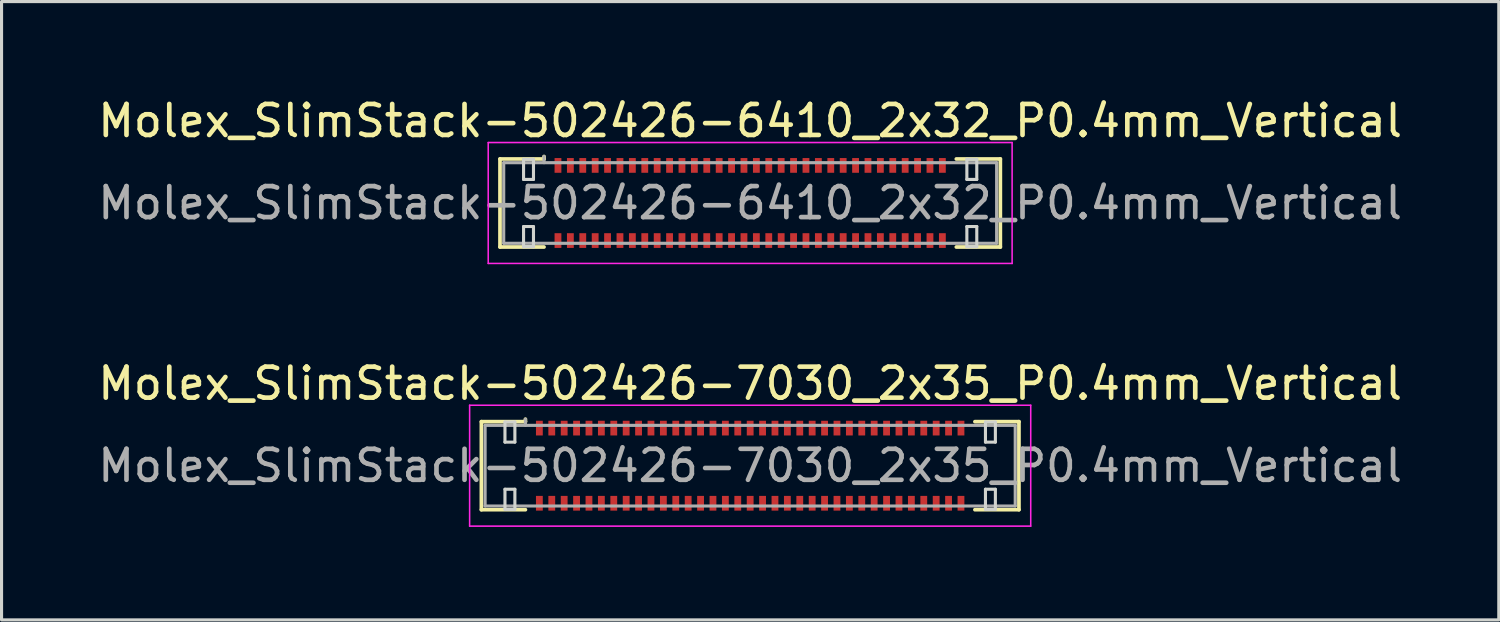
<source format=kicad_pcb>
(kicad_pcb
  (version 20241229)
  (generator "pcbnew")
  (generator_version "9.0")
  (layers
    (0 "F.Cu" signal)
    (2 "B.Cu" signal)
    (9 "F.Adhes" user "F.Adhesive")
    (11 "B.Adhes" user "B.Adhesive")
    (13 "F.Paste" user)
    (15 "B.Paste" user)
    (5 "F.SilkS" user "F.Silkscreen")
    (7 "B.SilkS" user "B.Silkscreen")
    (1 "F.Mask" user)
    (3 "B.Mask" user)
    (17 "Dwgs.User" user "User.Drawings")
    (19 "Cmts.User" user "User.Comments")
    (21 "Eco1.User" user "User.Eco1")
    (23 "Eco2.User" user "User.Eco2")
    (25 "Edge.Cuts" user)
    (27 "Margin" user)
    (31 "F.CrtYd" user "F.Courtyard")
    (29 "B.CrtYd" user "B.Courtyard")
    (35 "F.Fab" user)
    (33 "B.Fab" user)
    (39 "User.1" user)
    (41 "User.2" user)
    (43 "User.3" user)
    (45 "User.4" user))
  (footprint "Molex_SlimStack-502426-7030_2x35_P0.4mm_Vertical"
    (layer "F.Cu")
    (at 21.149 11.972)
    (property "Reference" "Molex_SlimStack-502426-7030_2x35_P0.4mm_Vertical" (at 0 -2.65 0) (layer "F.SilkS") (effects (font (size 1 1) (thickness 0.15))))
    (attr smd)
    (fp_line (start -8.67 -1.42) (end -7.25 -1.42) (stroke (width 0.12) (type solid)) (layer "F.SilkS"))
    (fp_line (start -8.67 1.42) (end -8.67 -1.42) (stroke (width 0.12) (type solid)) (layer "F.SilkS"))
    (fp_line (start -7.25 -1.42) (end -7.25 -1.5) (stroke (width 0.12) (type solid)) (layer "F.SilkS"))
    (fp_line (start -7.25 1.42) (end -8.67 1.42) (stroke (width 0.12) (type solid)) (layer "F.SilkS"))
    (fp_line (start 7.25 1.42) (end 8.67 1.42) (stroke (width 0.12) (type solid)) (layer "F.SilkS"))
    (fp_line (start 8.67 -1.42) (end 7.25 -1.42) (stroke (width 0.12) (type solid)) (layer "F.SilkS"))
    (fp_line (start 8.67 1.42) (end 8.67 -1.42) (stroke (width 0.12) (type solid)) (layer "F.SilkS"))
    (fp_line (start -7.91 -1.41) (end -7.91 -0.76) (stroke (width 0.1) (type solid)) (layer "Edge.Cuts"))
    (fp_line (start -7.91 -0.76) (end -7.59 -0.76) (stroke (width 0.1) (type solid)) (layer "Edge.Cuts"))
    (fp_line (start -7.91 0.76) (end -7.91 1.41) (stroke (width 0.1) (type solid)) (layer "Edge.Cuts"))
    (fp_line (start -7.91 1.41) (end -7.59 1.41) (stroke (width 0.1) (type solid)) (layer "Edge.Cuts"))
    (fp_line (start -7.59 -1.41) (end -7.91 -1.41) (stroke (width 0.1) (type solid)) (layer "Edge.Cuts"))
    (fp_line (start -7.59 -0.76) (end -7.59 -1.41) (stroke (width 0.1) (type solid)) (layer "Edge.Cuts"))
    (fp_line (start -7.59 0.76) (end -7.91 0.76) (stroke (width 0.1) (type solid)) (layer "Edge.Cuts"))
    (fp_line (start -7.59 1.41) (end -7.59 0.76) (stroke (width 0.1) (type solid)) (layer "Edge.Cuts"))
    (fp_line (start 7.59 -1.41) (end 7.59 -0.76) (stroke (width 0.1) (type solid)) (layer "Edge.Cuts"))
    (fp_line (start 7.59 -0.76) (end 7.91 -0.76) (stroke (width 0.1) (type solid)) (layer "Edge.Cuts"))
    (fp_line (start 7.59 0.76) (end 7.59 1.41) (stroke (width 0.1) (type solid)) (layer "Edge.Cuts"))
    (fp_line (start 7.59 1.41) (end 7.91 1.41) (stroke (width 0.1) (type solid)) (layer "Edge.Cuts"))
    (fp_line (start 7.91 -1.41) (end 7.59 -1.41) (stroke (width 0.1) (type solid)) (layer "Edge.Cuts"))
    (fp_line (start 7.91 -0.76) (end 7.91 -1.41) (stroke (width 0.1) (type solid)) (layer "Edge.Cuts"))
    (fp_line (start 7.91 0.76) (end 7.59 0.76) (stroke (width 0.1) (type solid)) (layer "Edge.Cuts"))
    (fp_line (start 7.91 1.41) (end 7.91 0.76) (stroke (width 0.1) (type solid)) (layer "Edge.Cuts"))
    (fp_line (start -9.05 -1.95) (end -9.05 1.95) (stroke (width 0.05) (type solid)) (layer "F.CrtYd"))
    (fp_line (start -9.05 1.95) (end 9.05 1.95) (stroke (width 0.05) (type solid)) (layer "F.CrtYd"))
    (fp_line (start 9.05 -1.95) (end -9.05 -1.95) (stroke (width 0.05) (type solid)) (layer "F.CrtYd"))
    (fp_line (start 9.05 1.95) (end 9.05 -1.95) (stroke (width 0.05) (type solid)) (layer "F.CrtYd"))
    (fp_line (start -8.55 -1.3) (end -8.55 1.3) (stroke (width 0.1) (type solid)) (layer "F.Fab"))
    (fp_line (start -8.55 1.3) (end 8.55 1.3) (stroke (width 0.1) (type solid)) (layer "F.Fab"))
    (fp_line (start -7.25 -1.3) (end -7.25 -1.5) (stroke (width 0.1) (type solid)) (layer "F.Fab"))
    (fp_line (start 8.55 -1.3) (end -8.55 -1.3) (stroke (width 0.1) (type solid)) (layer "F.Fab"))
    (fp_line (start 8.55 1.3) (end 8.55 -1.3) (stroke (width 0.1) (type solid)) (layer "F.Fab"))
    (fp_text user "${REFERENCE}" (at 0 0 0) (layer "F.Fab") (effects (font (size 1 1) (thickness 0.15))))
    (pad "1" smd rect (at 6.8 -1.212) (size 0.22 0.475) (layers "F.Cu" "F.Mask" "F.Paste"))
    (pad "2" smd rect (at 6.8 1.212) (size 0.22 0.475) (layers "F.Cu" "F.Mask" "F.Paste"))
    (pad "3" smd rect (at 6.4 -1.212) (size 0.22 0.475) (layers "F.Cu" "F.Mask" "F.Paste"))
    (pad "4" smd rect (at 6.4 1.212) (size 0.22 0.475) (layers "F.Cu" "F.Mask" "F.Paste"))
    (pad "5" smd rect (at 6 -1.212) (size 0.22 0.475) (layers "F.Cu" "F.Mask" "F.Paste"))
    (pad "6" smd rect (at 6 1.212) (size 0.22 0.475) (layers "F.Cu" "F.Mask" "F.Paste"))
    (pad "7" smd rect (at 5.6 -1.212) (size 0.22 0.475) (layers "F.Cu" "F.Mask" "F.Paste"))
    (pad "8" smd rect (at 5.6 1.212) (size 0.22 0.475) (layers "F.Cu" "F.Mask" "F.Paste"))
    (pad "9" smd rect (at 5.2 -1.212) (size 0.22 0.475) (layers "F.Cu" "F.Mask" "F.Paste"))
    (pad "10" smd rect (at 5.2 1.212) (size 0.22 0.475) (layers "F.Cu" "F.Mask" "F.Paste"))
    (pad "11" smd rect (at 4.8 -1.212) (size 0.22 0.475) (layers "F.Cu" "F.Mask" "F.Paste"))
    (pad "12" smd rect (at 4.8 1.212) (size 0.22 0.475) (layers "F.Cu" "F.Mask" "F.Paste"))
    (pad "13" smd rect (at 4.4 -1.212) (size 0.22 0.475) (layers "F.Cu" "F.Mask" "F.Paste"))
    (pad "14" smd rect (at 4.4 1.212) (size 0.22 0.475) (layers "F.Cu" "F.Mask" "F.Paste"))
    (pad "15" smd rect (at 4 -1.212) (size 0.22 0.475) (layers "F.Cu" "F.Mask" "F.Paste"))
    (pad "16" smd rect (at 4 1.212) (size 0.22 0.475) (layers "F.Cu" "F.Mask" "F.Paste"))
    (pad "17" smd rect (at 3.6 -1.212) (size 0.22 0.475) (layers "F.Cu" "F.Mask" "F.Paste"))
    (pad "18" smd rect (at 3.6 1.212) (size 0.22 0.475) (layers "F.Cu" "F.Mask" "F.Paste"))
    (pad "19" smd rect (at 3.2 -1.212) (size 0.22 0.475) (layers "F.Cu" "F.Mask" "F.Paste"))
    (pad "20" smd rect (at 3.2 1.212) (size 0.22 0.475) (layers "F.Cu" "F.Mask" "F.Paste"))
    (pad "21" smd rect (at 2.8 -1.212) (size 0.22 0.475) (layers "F.Cu" "F.Mask" "F.Paste"))
    (pad "22" smd rect (at 2.8 1.212) (size 0.22 0.475) (layers "F.Cu" "F.Mask" "F.Paste"))
    (pad "23" smd rect (at 2.4 -1.212) (size 0.22 0.475) (layers "F.Cu" "F.Mask" "F.Paste"))
    (pad "24" smd rect (at 2.4 1.212) (size 0.22 0.475) (layers "F.Cu" "F.Mask" "F.Paste"))
    (pad "25" smd rect (at 2 -1.212) (size 0.22 0.475) (layers "F.Cu" "F.Mask" "F.Paste"))
    (pad "26" smd rect (at 2 1.212) (size 0.22 0.475) (layers "F.Cu" "F.Mask" "F.Paste"))
    (pad "27" smd rect (at 1.6 -1.212) (size 0.22 0.475) (layers "F.Cu" "F.Mask" "F.Paste"))
    (pad "28" smd rect (at 1.6 1.212) (size 0.22 0.475) (layers "F.Cu" "F.Mask" "F.Paste"))
    (pad "29" smd rect (at 1.2 -1.212) (size 0.22 0.475) (layers "F.Cu" "F.Mask" "F.Paste"))
    (pad "30" smd rect (at 1.2 1.212) (size 0.22 0.475) (layers "F.Cu" "F.Mask" "F.Paste"))
    (pad "31" smd rect (at 0.8 -1.212) (size 0.22 0.475) (layers "F.Cu" "F.Mask" "F.Paste"))
    (pad "32" smd rect (at 0.8 1.212) (size 0.22 0.475) (layers "F.Cu" "F.Mask" "F.Paste"))
    (pad "33" smd rect (at 0.4 -1.212) (size 0.22 0.475) (layers "F.Cu" "F.Mask" "F.Paste"))
    (pad "34" smd rect (at 0.4 1.212) (size 0.22 0.475) (layers "F.Cu" "F.Mask" "F.Paste"))
    (pad "35" smd rect (at 0 -1.212) (size 0.22 0.475) (layers "F.Cu" "F.Mask" "F.Paste"))
    (pad "36" smd rect (at 0 1.212) (size 0.22 0.475) (layers "F.Cu" "F.Mask" "F.Paste"))
    (pad "37" smd rect (at -0.4 -1.212) (size 0.22 0.475) (layers "F.Cu" "F.Mask" "F.Paste"))
    (pad "38" smd rect (at -0.4 1.212) (size 0.22 0.475) (layers "F.Cu" "F.Mask" "F.Paste"))
    (pad "39" smd rect (at -0.8 -1.212) (size 0.22 0.475) (layers "F.Cu" "F.Mask" "F.Paste"))
    (pad "40" smd rect (at -0.8 1.212) (size 0.22 0.475) (layers "F.Cu" "F.Mask" "F.Paste"))
    (pad "41" smd rect (at -1.2 -1.212) (size 0.22 0.475) (layers "F.Cu" "F.Mask" "F.Paste"))
    (pad "42" smd rect (at -1.2 1.212) (size 0.22 0.475) (layers "F.Cu" "F.Mask" "F.Paste"))
    (pad "43" smd rect (at -1.6 -1.212) (size 0.22 0.475) (layers "F.Cu" "F.Mask" "F.Paste"))
    (pad "44" smd rect (at -1.6 1.212) (size 0.22 0.475) (layers "F.Cu" "F.Mask" "F.Paste"))
    (pad "45" smd rect (at -2 -1.212) (size 0.22 0.475) (layers "F.Cu" "F.Mask" "F.Paste"))
    (pad "46" smd rect (at -2 1.212) (size 0.22 0.475) (layers "F.Cu" "F.Mask" "F.Paste"))
    (pad "47" smd rect (at -2.4 -1.212) (size 0.22 0.475) (layers "F.Cu" "F.Mask" "F.Paste"))
    (pad "48" smd rect (at -2.4 1.212) (size 0.22 0.475) (layers "F.Cu" "F.Mask" "F.Paste"))
    (pad "49" smd rect (at -2.8 -1.212) (size 0.22 0.475) (layers "F.Cu" "F.Mask" "F.Paste"))
    (pad "50" smd rect (at -2.8 1.212) (size 0.22 0.475) (layers "F.Cu" "F.Mask" "F.Paste"))
    (pad "51" smd rect (at -3.2 -1.212) (size 0.22 0.475) (layers "F.Cu" "F.Mask" "F.Paste"))
    (pad "52" smd rect (at -3.2 1.212) (size 0.22 0.475) (layers "F.Cu" "F.Mask" "F.Paste"))
    (pad "53" smd rect (at -3.6 -1.212) (size 0.22 0.475) (layers "F.Cu" "F.Mask" "F.Paste"))
    (pad "54" smd rect (at -3.6 1.212) (size 0.22 0.475) (layers "F.Cu" "F.Mask" "F.Paste"))
    (pad "55" smd rect (at -4 -1.212) (size 0.22 0.475) (layers "F.Cu" "F.Mask" "F.Paste"))
    (pad "56" smd rect (at -4 1.212) (size 0.22 0.475) (layers "F.Cu" "F.Mask" "F.Paste"))
    (pad "57" smd rect (at -4.4 -1.212) (size 0.22 0.475) (layers "F.Cu" "F.Mask" "F.Paste"))
    (pad "58" smd rect (at -4.4 1.212) (size 0.22 0.475) (layers "F.Cu" "F.Mask" "F.Paste"))
    (pad "59" smd rect (at -4.8 -1.212) (size 0.22 0.475) (layers "F.Cu" "F.Mask" "F.Paste"))
    (pad "60" smd rect (at -4.8 1.212) (size 0.22 0.475) (layers "F.Cu" "F.Mask" "F.Paste"))
    (pad "61" smd rect (at -5.2 -1.212) (size 0.22 0.475) (layers "F.Cu" "F.Mask" "F.Paste"))
    (pad "62" smd rect (at -5.2 1.212) (size 0.22 0.475) (layers "F.Cu" "F.Mask" "F.Paste"))
    (pad "63" smd rect (at -5.6 -1.212) (size 0.22 0.475) (layers "F.Cu" "F.Mask" "F.Paste"))
    (pad "64" smd rect (at -5.6 1.212) (size 0.22 0.475) (layers "F.Cu" "F.Mask" "F.Paste"))
    (pad "65" smd rect (at -6 -1.212) (size 0.22 0.475) (layers "F.Cu" "F.Mask" "F.Paste"))
    (pad "66" smd rect (at -6 1.212) (size 0.22 0.475) (layers "F.Cu" "F.Mask" "F.Paste"))
    (pad "67" smd rect (at -6.4 -1.212) (size 0.22 0.475) (layers "F.Cu" "F.Mask" "F.Paste"))
    (pad "68" smd rect (at -6.4 1.212) (size 0.22 0.475) (layers "F.Cu" "F.Mask" "F.Paste"))
    (pad "69" smd rect (at -6.8 -1.212) (size 0.22 0.475) (layers "F.Cu" "F.Mask" "F.Paste"))
    (pad "70" smd rect (at -6.8 1.212) (size 0.22 0.475) (layers "F.Cu" "F.Mask" "F.Paste")))
  (footprint "Molex_SlimStack-502426-6410_2x32_P0.4mm_Vertical"
    (layer "F.Cu")
    (at 21.149 3.498)
    (property "Reference" "Molex_SlimStack-502426-6410_2x32_P0.4mm_Vertical" (at 0 -2.65 0) (layer "F.SilkS") (effects (font (size 1 1) (thickness 0.15))))
    (attr smd)
    (fp_line (start -8.07 -1.42) (end -6.65 -1.42) (stroke (width 0.12) (type solid)) (layer "F.SilkS"))
    (fp_line (start -8.07 1.42) (end -8.07 -1.42) (stroke (width 0.12) (type solid)) (layer "F.SilkS"))
    (fp_line (start -6.65 -1.42) (end -6.65 -1.5) (stroke (width 0.12) (type solid)) (layer "F.SilkS"))
    (fp_line (start -6.65 1.42) (end -8.07 1.42) (stroke (width 0.12) (type solid)) (layer "F.SilkS"))
    (fp_line (start 6.65 1.42) (end 8.07 1.42) (stroke (width 0.12) (type solid)) (layer "F.SilkS"))
    (fp_line (start 8.07 -1.42) (end 6.65 -1.42) (stroke (width 0.12) (type solid)) (layer "F.SilkS"))
    (fp_line (start 8.07 1.42) (end 8.07 -1.42) (stroke (width 0.12) (type solid)) (layer "F.SilkS"))
    (fp_line (start -7.31 -1.41) (end -7.31 -0.76) (stroke (width 0.1) (type solid)) (layer "Edge.Cuts"))
    (fp_line (start -7.31 -0.76) (end -6.99 -0.76) (stroke (width 0.1) (type solid)) (layer "Edge.Cuts"))
    (fp_line (start -7.31 0.76) (end -7.31 1.41) (stroke (width 0.1) (type solid)) (layer "Edge.Cuts"))
    (fp_line (start -7.31 1.41) (end -6.99 1.41) (stroke (width 0.1) (type solid)) (layer "Edge.Cuts"))
    (fp_line (start -6.99 -1.41) (end -7.31 -1.41) (stroke (width 0.1) (type solid)) (layer "Edge.Cuts"))
    (fp_line (start -6.99 -0.76) (end -6.99 -1.41) (stroke (width 0.1) (type solid)) (layer "Edge.Cuts"))
    (fp_line (start -6.99 0.76) (end -7.31 0.76) (stroke (width 0.1) (type solid)) (layer "Edge.Cuts"))
    (fp_line (start -6.99 1.41) (end -6.99 0.76) (stroke (width 0.1) (type solid)) (layer "Edge.Cuts"))
    (fp_line (start 6.99 -1.41) (end 6.99 -0.76) (stroke (width 0.1) (type solid)) (layer "Edge.Cuts"))
    (fp_line (start 6.99 -0.76) (end 7.31 -0.76) (stroke (width 0.1) (type solid)) (layer "Edge.Cuts"))
    (fp_line (start 6.99 0.76) (end 6.99 1.41) (stroke (width 0.1) (type solid)) (layer "Edge.Cuts"))
    (fp_line (start 6.99 1.41) (end 7.31 1.41) (stroke (width 0.1) (type solid)) (layer "Edge.Cuts"))
    (fp_line (start 7.31 -1.41) (end 6.99 -1.41) (stroke (width 0.1) (type solid)) (layer "Edge.Cuts"))
    (fp_line (start 7.31 -0.76) (end 7.31 -1.41) (stroke (width 0.1) (type solid)) (layer "Edge.Cuts"))
    (fp_line (start 7.31 0.76) (end 6.99 0.76) (stroke (width 0.1) (type solid)) (layer "Edge.Cuts"))
    (fp_line (start 7.31 1.41) (end 7.31 0.76) (stroke (width 0.1) (type solid)) (layer "Edge.Cuts"))
    (fp_line (start -8.45 -1.95) (end -8.45 1.95) (stroke (width 0.05) (type solid)) (layer "F.CrtYd"))
    (fp_line (start -8.45 1.95) (end 8.45 1.95) (stroke (width 0.05) (type solid)) (layer "F.CrtYd"))
    (fp_line (start 8.45 -1.95) (end -8.45 -1.95) (stroke (width 0.05) (type solid)) (layer "F.CrtYd"))
    (fp_line (start 8.45 1.95) (end 8.45 -1.95) (stroke (width 0.05) (type solid)) (layer "F.CrtYd"))
    (fp_line (start -7.95 -1.3) (end -7.95 1.3) (stroke (width 0.1) (type solid)) (layer "F.Fab"))
    (fp_line (start -7.95 1.3) (end 7.95 1.3) (stroke (width 0.1) (type solid)) (layer "F.Fab"))
    (fp_line (start -6.65 -1.3) (end -6.65 -1.5) (stroke (width 0.1) (type solid)) (layer "F.Fab"))
    (fp_line (start 7.95 -1.3) (end -7.95 -1.3) (stroke (width 0.1) (type solid)) (layer "F.Fab"))
    (fp_line (start 7.95 1.3) (end 7.95 -1.3) (stroke (width 0.1) (type solid)) (layer "F.Fab"))
    (fp_text user "${REFERENCE}" (at 0 0 0) (layer "F.Fab") (effects (font (size 1 1) (thickness 0.15))))
    (pad "1" smd rect (at 6.2 -1.212) (size 0.22 0.475) (layers "F.Cu" "F.Mask" "F.Paste"))
    (pad "2" smd rect (at 6.2 1.212) (size 0.22 0.475) (layers "F.Cu" "F.Mask" "F.Paste"))
    (pad "3" smd rect (at 5.8 -1.212) (size 0.22 0.475) (layers "F.Cu" "F.Mask" "F.Paste"))
    (pad "4" smd rect (at 5.8 1.212) (size 0.22 0.475) (layers "F.Cu" "F.Mask" "F.Paste"))
    (pad "5" smd rect (at 5.4 -1.212) (size 0.22 0.475) (layers "F.Cu" "F.Mask" "F.Paste"))
    (pad "6" smd rect (at 5.4 1.212) (size 0.22 0.475) (layers "F.Cu" "F.Mask" "F.Paste"))
    (pad "7" smd rect (at 5 -1.212) (size 0.22 0.475) (layers "F.Cu" "F.Mask" "F.Paste"))
    (pad "8" smd rect (at 5 1.212) (size 0.22 0.475) (layers "F.Cu" "F.Mask" "F.Paste"))
    (pad "9" smd rect (at 4.6 -1.212) (size 0.22 0.475) (layers "F.Cu" "F.Mask" "F.Paste"))
    (pad "10" smd rect (at 4.6 1.212) (size 0.22 0.475) (layers "F.Cu" "F.Mask" "F.Paste"))
    (pad "11" smd rect (at 4.2 -1.212) (size 0.22 0.475) (layers "F.Cu" "F.Mask" "F.Paste"))
    (pad "12" smd rect (at 4.2 1.212) (size 0.22 0.475) (layers "F.Cu" "F.Mask" "F.Paste"))
    (pad "13" smd rect (at 3.8 -1.212) (size 0.22 0.475) (layers "F.Cu" "F.Mask" "F.Paste"))
    (pad "14" smd rect (at 3.8 1.212) (size 0.22 0.475) (layers "F.Cu" "F.Mask" "F.Paste"))
    (pad "15" smd rect (at 3.4 -1.212) (size 0.22 0.475) (layers "F.Cu" "F.Mask" "F.Paste"))
    (pad "16" smd rect (at 3.4 1.212) (size 0.22 0.475) (layers "F.Cu" "F.Mask" "F.Paste"))
    (pad "17" smd rect (at 3 -1.212) (size 0.22 0.475) (layers "F.Cu" "F.Mask" "F.Paste"))
    (pad "18" smd rect (at 3 1.212) (size 0.22 0.475) (layers "F.Cu" "F.Mask" "F.Paste"))
    (pad "19" smd rect (at 2.6 -1.212) (size 0.22 0.475) (layers "F.Cu" "F.Mask" "F.Paste"))
    (pad "20" smd rect (at 2.6 1.212) (size 0.22 0.475) (layers "F.Cu" "F.Mask" "F.Paste"))
    (pad "21" smd rect (at 2.2 -1.212) (size 0.22 0.475) (layers "F.Cu" "F.Mask" "F.Paste"))
    (pad "22" smd rect (at 2.2 1.212) (size 0.22 0.475) (layers "F.Cu" "F.Mask" "F.Paste"))
    (pad "23" smd rect (at 1.8 -1.212) (size 0.22 0.475) (layers "F.Cu" "F.Mask" "F.Paste"))
    (pad "24" smd rect (at 1.8 1.212) (size 0.22 0.475) (layers "F.Cu" "F.Mask" "F.Paste"))
    (pad "25" smd rect (at 1.4 -1.212) (size 0.22 0.475) (layers "F.Cu" "F.Mask" "F.Paste"))
    (pad "26" smd rect (at 1.4 1.212) (size 0.22 0.475) (layers "F.Cu" "F.Mask" "F.Paste"))
    (pad "27" smd rect (at 1 -1.212) (size 0.22 0.475) (layers "F.Cu" "F.Mask" "F.Paste"))
    (pad "28" smd rect (at 1 1.212) (size 0.22 0.475) (layers "F.Cu" "F.Mask" "F.Paste"))
    (pad "29" smd rect (at 0.6 -1.212) (size 0.22 0.475) (layers "F.Cu" "F.Mask" "F.Paste"))
    (pad "30" smd rect (at 0.6 1.212) (size 0.22 0.475) (layers "F.Cu" "F.Mask" "F.Paste"))
    (pad "31" smd rect (at 0.2 -1.212) (size 0.22 0.475) (layers "F.Cu" "F.Mask" "F.Paste"))
    (pad "32" smd rect (at 0.2 1.212) (size 0.22 0.475) (layers "F.Cu" "F.Mask" "F.Paste"))
    (pad "33" smd rect (at -0.2 -1.212) (size 0.22 0.475) (layers "F.Cu" "F.Mask" "F.Paste"))
    (pad "34" smd rect (at -0.2 1.212) (size 0.22 0.475) (layers "F.Cu" "F.Mask" "F.Paste"))
    (pad "35" smd rect (at -0.6 -1.212) (size 0.22 0.475) (layers "F.Cu" "F.Mask" "F.Paste"))
    (pad "36" smd rect (at -0.6 1.212) (size 0.22 0.475) (layers "F.Cu" "F.Mask" "F.Paste"))
    (pad "37" smd rect (at -1 -1.212) (size 0.22 0.475) (layers "F.Cu" "F.Mask" "F.Paste"))
    (pad "38" smd rect (at -1 1.212) (size 0.22 0.475) (layers "F.Cu" "F.Mask" "F.Paste"))
    (pad "39" smd rect (at -1.4 -1.212) (size 0.22 0.475) (layers "F.Cu" "F.Mask" "F.Paste"))
    (pad "40" smd rect (at -1.4 1.212) (size 0.22 0.475) (layers "F.Cu" "F.Mask" "F.Paste"))
    (pad "41" smd rect (at -1.8 -1.212) (size 0.22 0.475) (layers "F.Cu" "F.Mask" "F.Paste"))
    (pad "42" smd rect (at -1.8 1.212) (size 0.22 0.475) (layers "F.Cu" "F.Mask" "F.Paste"))
    (pad "43" smd rect (at -2.2 -1.212) (size 0.22 0.475) (layers "F.Cu" "F.Mask" "F.Paste"))
    (pad "44" smd rect (at -2.2 1.212) (size 0.22 0.475) (layers "F.Cu" "F.Mask" "F.Paste"))
    (pad "45" smd rect (at -2.6 -1.212) (size 0.22 0.475) (layers "F.Cu" "F.Mask" "F.Paste"))
    (pad "46" smd rect (at -2.6 1.212) (size 0.22 0.475) (layers "F.Cu" "F.Mask" "F.Paste"))
    (pad "47" smd rect (at -3 -1.212) (size 0.22 0.475) (layers "F.Cu" "F.Mask" "F.Paste"))
    (pad "48" smd rect (at -3 1.212) (size 0.22 0.475) (layers "F.Cu" "F.Mask" "F.Paste"))
    (pad "49" smd rect (at -3.4 -1.212) (size 0.22 0.475) (layers "F.Cu" "F.Mask" "F.Paste"))
    (pad "50" smd rect (at -3.4 1.212) (size 0.22 0.475) (layers "F.Cu" "F.Mask" "F.Paste"))
    (pad "51" smd rect (at -3.8 -1.212) (size 0.22 0.475) (layers "F.Cu" "F.Mask" "F.Paste"))
    (pad "52" smd rect (at -3.8 1.212) (size 0.22 0.475) (layers "F.Cu" "F.Mask" "F.Paste"))
    (pad "53" smd rect (at -4.2 -1.212) (size 0.22 0.475) (layers "F.Cu" "F.Mask" "F.Paste"))
    (pad "54" smd rect (at -4.2 1.212) (size 0.22 0.475) (layers "F.Cu" "F.Mask" "F.Paste"))
    (pad "55" smd rect (at -4.6 -1.212) (size 0.22 0.475) (layers "F.Cu" "F.Mask" "F.Paste"))
    (pad "56" smd rect (at -4.6 1.212) (size 0.22 0.475) (layers "F.Cu" "F.Mask" "F.Paste"))
    (pad "57" smd rect (at -5 -1.212) (size 0.22 0.475) (layers "F.Cu" "F.Mask" "F.Paste"))
    (pad "58" smd rect (at -5 1.212) (size 0.22 0.475) (layers "F.Cu" "F.Mask" "F.Paste"))
    (pad "59" smd rect (at -5.4 -1.212) (size 0.22 0.475) (layers "F.Cu" "F.Mask" "F.Paste"))
    (pad "60" smd rect (at -5.4 1.212) (size 0.22 0.475) (layers "F.Cu" "F.Mask" "F.Paste"))
    (pad "61" smd rect (at -5.8 -1.212) (size 0.22 0.475) (layers "F.Cu" "F.Mask" "F.Paste"))
    (pad "62" smd rect (at -5.8 1.212) (size 0.22 0.475) (layers "F.Cu" "F.Mask" "F.Paste"))
    (pad "63" smd rect (at -6.2 -1.212) (size 0.22 0.475) (layers "F.Cu" "F.Mask" "F.Paste"))
    (pad "64" smd rect (at -6.2 1.212) (size 0.22 0.475) (layers "F.Cu" "F.Mask" "F.Paste")))
  (gr_rect
    (start -3 -3)
    (end 45.298 16.947)
    (stroke (width 0.1) (type default))
    (fill no)
    (layer "Edge.Cuts")))
</source>
